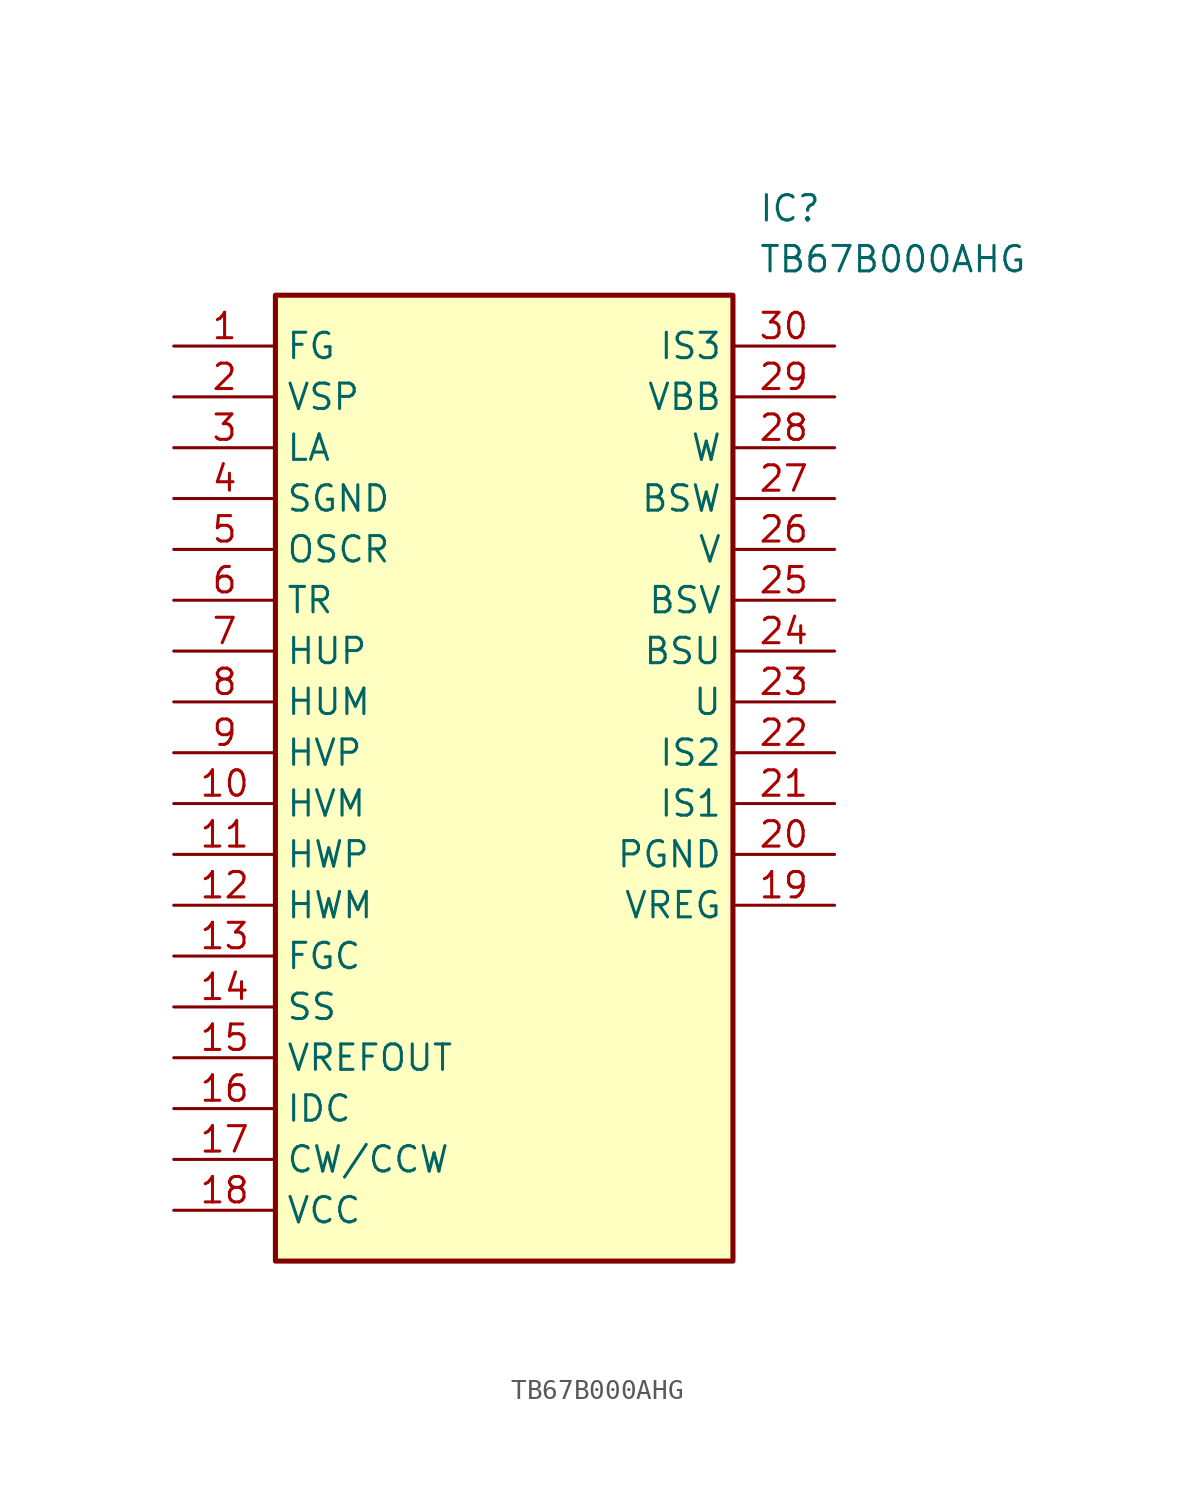
<source format=kicad_sym>
(kicad_symbol_lib
  (version 20211014)
  (generator SamacSys_ECAD_Model)
  (symbol "TB67B000AHG"
    (property "Reference" "IC"
      (at 29.21 7.62 0)
      (effects (font (size 1.27 1.27)) (justify left top)))
    (property "Value" "TB67B000AHG"
      (at 29.21 5.08 0)
      (effects (font (size 1.27 1.27)) (justify left top)))
    (rectangle
      (start 5.08 2.54)
      (end 27.94 -45.72)
      (stroke (width 0.254) (type default))
      (fill (type background)))
    (pin passive line
      (at 0 0 0)
      (length 5.08)
      (name "FG" (effects (font (size 1.27 1.27))))
      (number "1" (effects (font (size 1.27 1.27)))))
    (pin passive line
      (at 0 -2.54 0)
      (length 5.08)
      (name "VSP" (effects (font (size 1.27 1.27))))
      (number "2" (effects (font (size 1.27 1.27)))))
    (pin passive line
      (at 0 -5.08 0)
      (length 5.08)
      (name "LA" (effects (font (size 1.27 1.27))))
      (number "3" (effects (font (size 1.27 1.27)))))
    (pin passive line
      (at 0 -7.62 0)
      (length 5.08)
      (name "SGND" (effects (font (size 1.27 1.27))))
      (number "4" (effects (font (size 1.27 1.27)))))
    (pin passive line
      (at 0 -10.16 0)
      (length 5.08)
      (name "OSCR" (effects (font (size 1.27 1.27))))
      (number "5" (effects (font (size 1.27 1.27)))))
    (pin passive line
      (at 0 -12.7 0)
      (length 5.08)
      (name "TR" (effects (font (size 1.27 1.27))))
      (number "6" (effects (font (size 1.27 1.27)))))
    (pin passive line
      (at 0 -15.24 0)
      (length 5.08)
      (name "HUP" (effects (font (size 1.27 1.27))))
      (number "7" (effects (font (size 1.27 1.27)))))
    (pin passive line
      (at 0 -17.78 0)
      (length 5.08)
      (name "HUM" (effects (font (size 1.27 1.27))))
      (number "8" (effects (font (size 1.27 1.27)))))
    (pin passive line
      (at 0 -20.32 0)
      (length 5.08)
      (name "HVP" (effects (font (size 1.27 1.27))))
      (number "9" (effects (font (size 1.27 1.27)))))
    (pin passive line
      (at 0 -22.86 0)
      (length 5.08)
      (name "HVM" (effects (font (size 1.27 1.27))))
      (number "10" (effects (font (size 1.27 1.27)))))
    (pin passive line
      (at 0 -25.4 0)
      (length 5.08)
      (name "HWP" (effects (font (size 1.27 1.27))))
      (number "11" (effects (font (size 1.27 1.27)))))
    (pin passive line
      (at 0 -27.94 0)
      (length 5.08)
      (name "HWM" (effects (font (size 1.27 1.27))))
      (number "12" (effects (font (size 1.27 1.27)))))
    (pin passive line
      (at 0 -30.48 0)
      (length 5.08)
      (name "FGC" (effects (font (size 1.27 1.27))))
      (number "13" (effects (font (size 1.27 1.27)))))
    (pin passive line
      (at 0 -33.02 0)
      (length 5.08)
      (name "SS" (effects (font (size 1.27 1.27))))
      (number "14" (effects (font (size 1.27 1.27)))))
    (pin passive line
      (at 0 -35.56 0)
      (length 5.08)
      (name "VREFOUT" (effects (font (size 1.27 1.27))))
      (number "15" (effects (font (size 1.27 1.27)))))
    (pin passive line
      (at 0 -38.1 0)
      (length 5.08)
      (name "IDC" (effects (font (size 1.27 1.27))))
      (number "16" (effects (font (size 1.27 1.27)))))
    (pin passive line
      (at 0 -40.64 0)
      (length 5.08)
      (name "CW/CCW" (effects (font (size 1.27 1.27))))
      (number "17" (effects (font (size 1.27 1.27)))))
    (pin passive line
      (at 0 -43.18 0)
      (length 5.08)
      (name "VCC" (effects (font (size 1.27 1.27))))
      (number "18" (effects (font (size 1.27 1.27)))))
    (pin passive line
      (at 33.02 -27.94 180)
      (length 5.08)
      (name "VREG" (effects (font (size 1.27 1.27))))
      (number "19" (effects (font (size 1.27 1.27)))))
    (pin passive line
      (at 33.02 -25.4 180)
      (length 5.08)
      (name "PGND" (effects (font (size 1.27 1.27))))
      (number "20" (effects (font (size 1.27 1.27)))))
    (pin passive line
      (at 33.02 -22.86 180)
      (length 5.08)
      (name "IS1" (effects (font (size 1.27 1.27))))
      (number "21" (effects (font (size 1.27 1.27)))))
    (pin passive line
      (at 33.02 -20.32 180)
      (length 5.08)
      (name "IS2" (effects (font (size 1.27 1.27))))
      (number "22" (effects (font (size 1.27 1.27)))))
    (pin passive line
      (at 33.02 -17.78 180)
      (length 5.08)
      (name "U" (effects (font (size 1.27 1.27))))
      (number "23" (effects (font (size 1.27 1.27)))))
    (pin passive line
      (at 33.02 -15.24 180)
      (length 5.08)
      (name "BSU" (effects (font (size 1.27 1.27))))
      (number "24" (effects (font (size 1.27 1.27)))))
    (pin passive line
      (at 33.02 -12.7 180)
      (length 5.08)
      (name "BSV" (effects (font (size 1.27 1.27))))
      (number "25" (effects (font (size 1.27 1.27)))))
    (pin passive line
      (at 33.02 -10.16 180)
      (length 5.08)
      (name "V" (effects (font (size 1.27 1.27))))
      (number "26" (effects (font (size 1.27 1.27)))))
    (pin passive line
      (at 33.02 -7.62 180)
      (length 5.08)
      (name "BSW" (effects (font (size 1.27 1.27))))
      (number "27" (effects (font (size 1.27 1.27)))))
    (pin passive line
      (at 33.02 -5.08 180)
      (length 5.08)
      (name "W" (effects (font (size 1.27 1.27))))
      (number "28" (effects (font (size 1.27 1.27)))))
    (pin passive line
      (at 33.02 -2.54 180)
      (length 5.08)
      (name "VBB" (effects (font (size 1.27 1.27))))
      (number "29" (effects (font (size 1.27 1.27)))))
    (pin passive line
      (at 33.02 0 180)
      (length 5.08)
      (name "IS3" (effects (font (size 1.27 1.27))))
      (number "30" (effects (font (size 1.27 1.27)))))))
</source>
